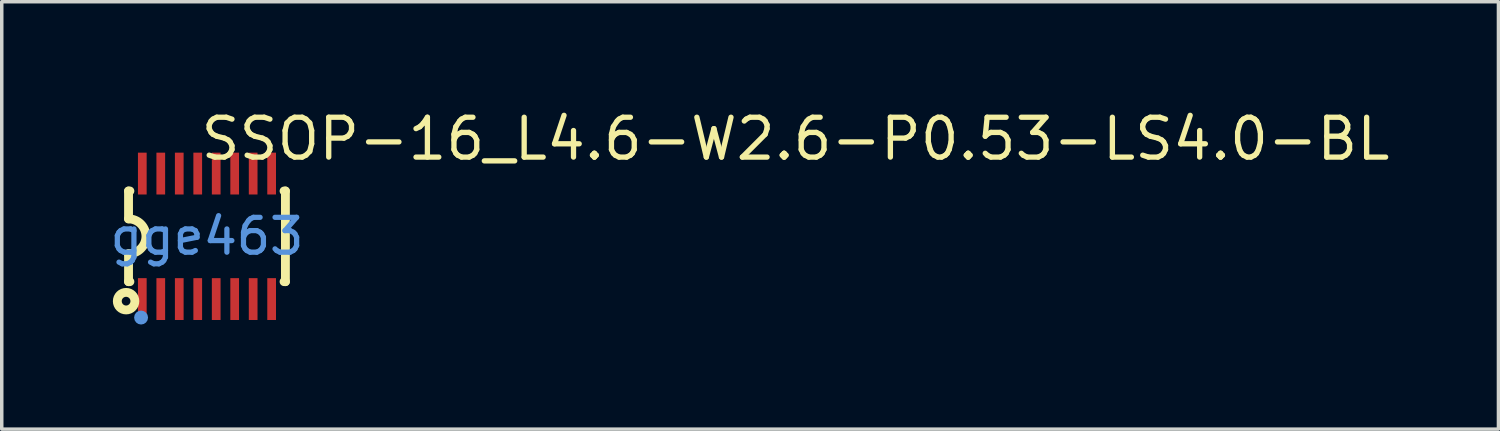
<source format=kicad_pcb>
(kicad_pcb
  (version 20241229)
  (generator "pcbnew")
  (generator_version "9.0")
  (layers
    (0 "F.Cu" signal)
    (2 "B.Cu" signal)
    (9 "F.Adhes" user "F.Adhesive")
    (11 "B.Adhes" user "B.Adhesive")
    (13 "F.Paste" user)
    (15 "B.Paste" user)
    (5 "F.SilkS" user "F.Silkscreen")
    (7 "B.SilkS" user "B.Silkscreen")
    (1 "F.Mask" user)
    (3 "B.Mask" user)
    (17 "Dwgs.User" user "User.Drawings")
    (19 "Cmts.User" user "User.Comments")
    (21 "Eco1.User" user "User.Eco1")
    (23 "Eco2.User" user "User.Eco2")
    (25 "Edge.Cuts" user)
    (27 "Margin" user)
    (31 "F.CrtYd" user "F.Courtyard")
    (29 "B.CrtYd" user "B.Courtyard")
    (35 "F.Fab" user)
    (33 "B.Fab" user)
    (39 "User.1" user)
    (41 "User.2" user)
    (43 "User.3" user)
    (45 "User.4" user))
  (footprint "SSOP-16_L4.6-W2.6-P0.53-LS4.0-BL"
    (layer "F.Cu")
    (at 2.887 3.729)
    (property "Reference" "SSOP-16_L4.6-W2.6-P0.53-LS4.0-BL" (at -0.254 -2.794 0) (layer "F.SilkS") (effects (font (size 1.143 1.143) (thickness 0.152)) (justify left)))
    (attr smd)
    (fp_line (start -2.25 -1.3) (end -2.25 -0.5) (stroke (width 0.254) (type solid)) (layer "F.SilkS"))
    (fp_line (start -2.25 -1.3) (end -2.211 -1.3) (stroke (width 0.254) (type solid)) (layer "F.SilkS"))
    (fp_line (start -2.25 1.3) (end -2.25 0.5) (stroke (width 0.254) (type solid)) (layer "F.SilkS"))
    (fp_line (start -2.25 1.3) (end -2.211 1.3) (stroke (width 0.254) (type solid)) (layer "F.SilkS"))
    (fp_line (start 2.211 -1.3) (end 2.25 -1.3) (stroke (width 0.254) (type solid)) (layer "F.SilkS"))
    (fp_line (start 2.25 -1.3) (end 2.25 1.3) (stroke (width 0.254) (type solid)) (layer "F.SilkS"))
    (fp_line (start 2.25 1.3) (end 2.211 1.3) (stroke (width 0.254) (type solid)) (layer "F.SilkS"))
    (fp_arc (start -2.25 -0.5) (mid -1.753984 0.000444) (end -2.250888 0.500006) (stroke (width 0.254) (type solid)) (layer "F.SilkS"))
    (fp_circle (center -2.32 1.86) (end -2.195 1.86) (stroke (width 0.254) (type solid)) (fill no) (layer "F.SilkS"))
    (fp_circle (center -1.89 2.33) (end -1.79 2.33) (stroke (width 0.2) (type solid)) (fill no) (layer "Cmts.User"))
    (fp_text user "gge463" (at 0 0 0) (layer "Cmts.User") (effects (font (size 1 1) (thickness 0.15))))
    (pad "1" smd rect (at -1.855 1.8 90) (size 1.2 0.25) (layers "F.Cu" "F.Mask" "F.Paste"))
    (pad "2" smd rect (at -1.325 1.8 90) (size 1.2 0.25) (layers "F.Cu" "F.Mask" "F.Paste"))
    (pad "3" smd rect (at -0.795 1.8 90) (size 1.2 0.25) (layers "F.Cu" "F.Mask" "F.Paste"))
    (pad "4" smd rect (at -0.265 1.8 90) (size 1.2 0.25) (layers "F.Cu" "F.Mask" "F.Paste"))
    (pad "5" smd rect (at 0.265 1.8 90) (size 1.2 0.25) (layers "F.Cu" "F.Mask" "F.Paste"))
    (pad "6" smd rect (at 0.795 1.8 90) (size 1.2 0.25) (layers "F.Cu" "F.Mask" "F.Paste"))
    (pad "7" smd rect (at 1.325 1.8 90) (size 1.2 0.25) (layers "F.Cu" "F.Mask" "F.Paste"))
    (pad "8" smd rect (at 1.855 1.8 90) (size 1.2 0.25) (layers "F.Cu" "F.Mask" "F.Paste"))
    (pad "9" smd rect (at 1.855 -1.8 90) (size 1.2 0.25) (layers "F.Cu" "F.Mask" "F.Paste"))
    (pad "10" smd rect (at 1.325 -1.8 90) (size 1.2 0.25) (layers "F.Cu" "F.Mask" "F.Paste"))
    (pad "11" smd rect (at 0.795 -1.8 90) (size 1.2 0.25) (layers "F.Cu" "F.Mask" "F.Paste"))
    (pad "12" smd rect (at 0.265 -1.8 90) (size 1.2 0.25) (layers "F.Cu" "F.Mask" "F.Paste"))
    (pad "13" smd rect (at -0.265 -1.8 90) (size 1.2 0.25) (layers "F.Cu" "F.Mask" "F.Paste"))
    (pad "14" smd rect (at -0.795 -1.8 90) (size 1.2 0.25) (layers "F.Cu" "F.Mask" "F.Paste"))
    (pad "15" smd rect (at -1.325 -1.8 90) (size 1.2 0.25) (layers "F.Cu" "F.Mask" "F.Paste"))
    (pad "16" smd rect (at -1.855 -1.8 90) (size 1.2 0.25) (layers "F.Cu" "F.Mask" "F.Paste")))
  (gr_rect
    (start -3 -3)
    (end 39.933 9.259)
    (stroke (width 0.1) (type default))
    (fill no)
    (layer "Edge.Cuts")))
</source>
